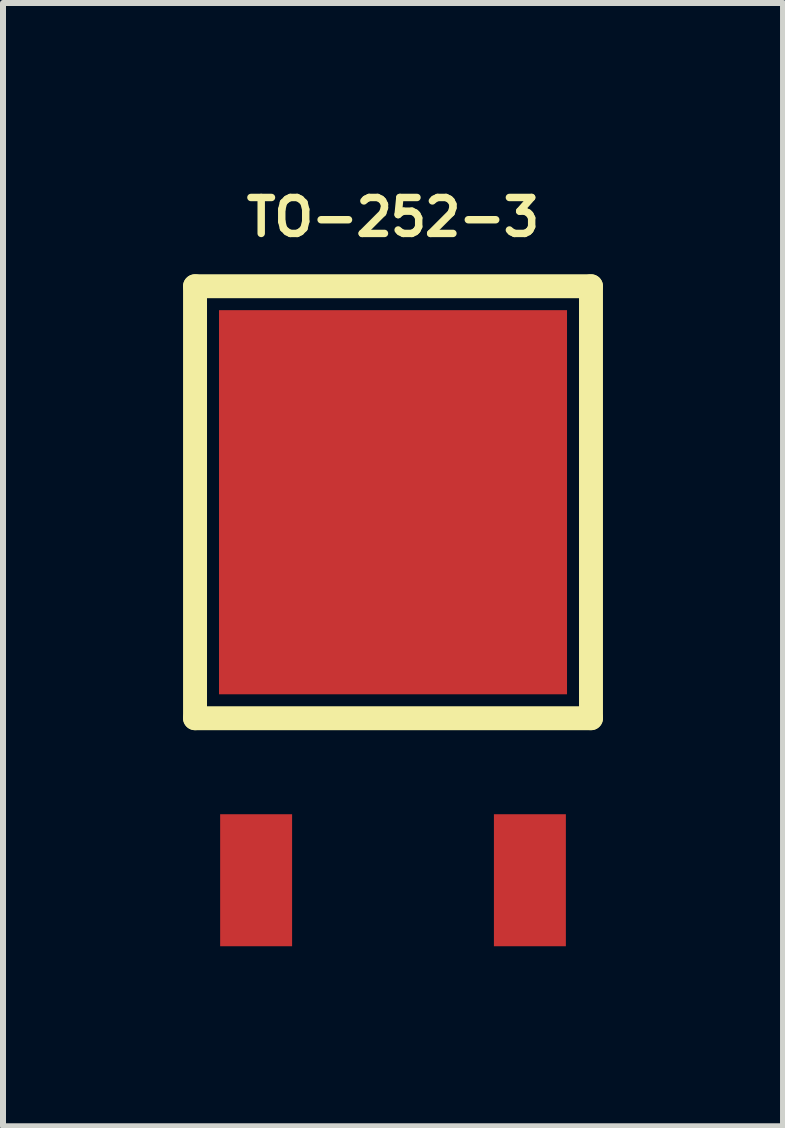
<source format=kicad_pcb>
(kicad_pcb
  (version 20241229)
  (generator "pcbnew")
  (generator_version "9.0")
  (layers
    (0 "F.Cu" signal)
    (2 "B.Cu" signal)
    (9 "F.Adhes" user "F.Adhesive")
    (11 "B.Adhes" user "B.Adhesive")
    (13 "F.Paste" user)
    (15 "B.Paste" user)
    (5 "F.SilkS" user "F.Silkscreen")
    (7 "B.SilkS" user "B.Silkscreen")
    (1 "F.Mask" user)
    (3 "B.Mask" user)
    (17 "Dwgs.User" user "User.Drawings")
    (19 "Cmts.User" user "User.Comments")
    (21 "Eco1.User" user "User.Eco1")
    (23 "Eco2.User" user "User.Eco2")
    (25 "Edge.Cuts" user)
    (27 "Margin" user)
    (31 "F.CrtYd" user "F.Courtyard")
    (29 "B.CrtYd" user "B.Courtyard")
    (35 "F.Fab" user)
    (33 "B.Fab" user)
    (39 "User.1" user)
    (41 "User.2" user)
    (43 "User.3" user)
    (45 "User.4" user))
  (footprint "TO-252-3"
    (layer "F.Cu")
    (at 3.499 5.319)
    (property "Reference" "TO-252-3" (at 0 -4.75 0) (layer "F.SilkS") (effects (font (size 0.599 0.599) (thickness 0.124))))
    (attr through_hole)
    (fp_line (start -3.299 -3.599) (end 3.299 -3.599) (stroke (width 0.399) (type solid)) (layer "F.SilkS"))
    (fp_line (start -3.299 3.599) (end -3.299 -3.599) (stroke (width 0.399) (type solid)) (layer "F.SilkS"))
    (fp_line (start 3.299 -3.599) (end 3.299 3.599) (stroke (width 0.399) (type solid)) (layer "F.SilkS"))
    (fp_line (start 3.299 3.599) (end -3.299 3.599) (stroke (width 0.399) (type solid)) (layer "F.SilkS"))
    (pad "GND" smd rect (at 0 0) (size 5.799 6.401) (layers "F.Cu" "F.Mask" "F.Paste"))
    (pad "VI" smd rect (at -2.281 6.299) (size 1.199 2.2) (layers "F.Cu" "F.Mask" "F.Paste"))
    (pad "VO" smd rect (at 2.281 6.299) (size 1.199 2.2) (layers "F.Cu" "F.Mask" "F.Paste")))
  (gr_rect
    (start -3 -3)
    (end 9.998 15.718)
    (stroke (width 0.1) (type default))
    (fill no)
    (layer "Edge.Cuts")))
</source>
